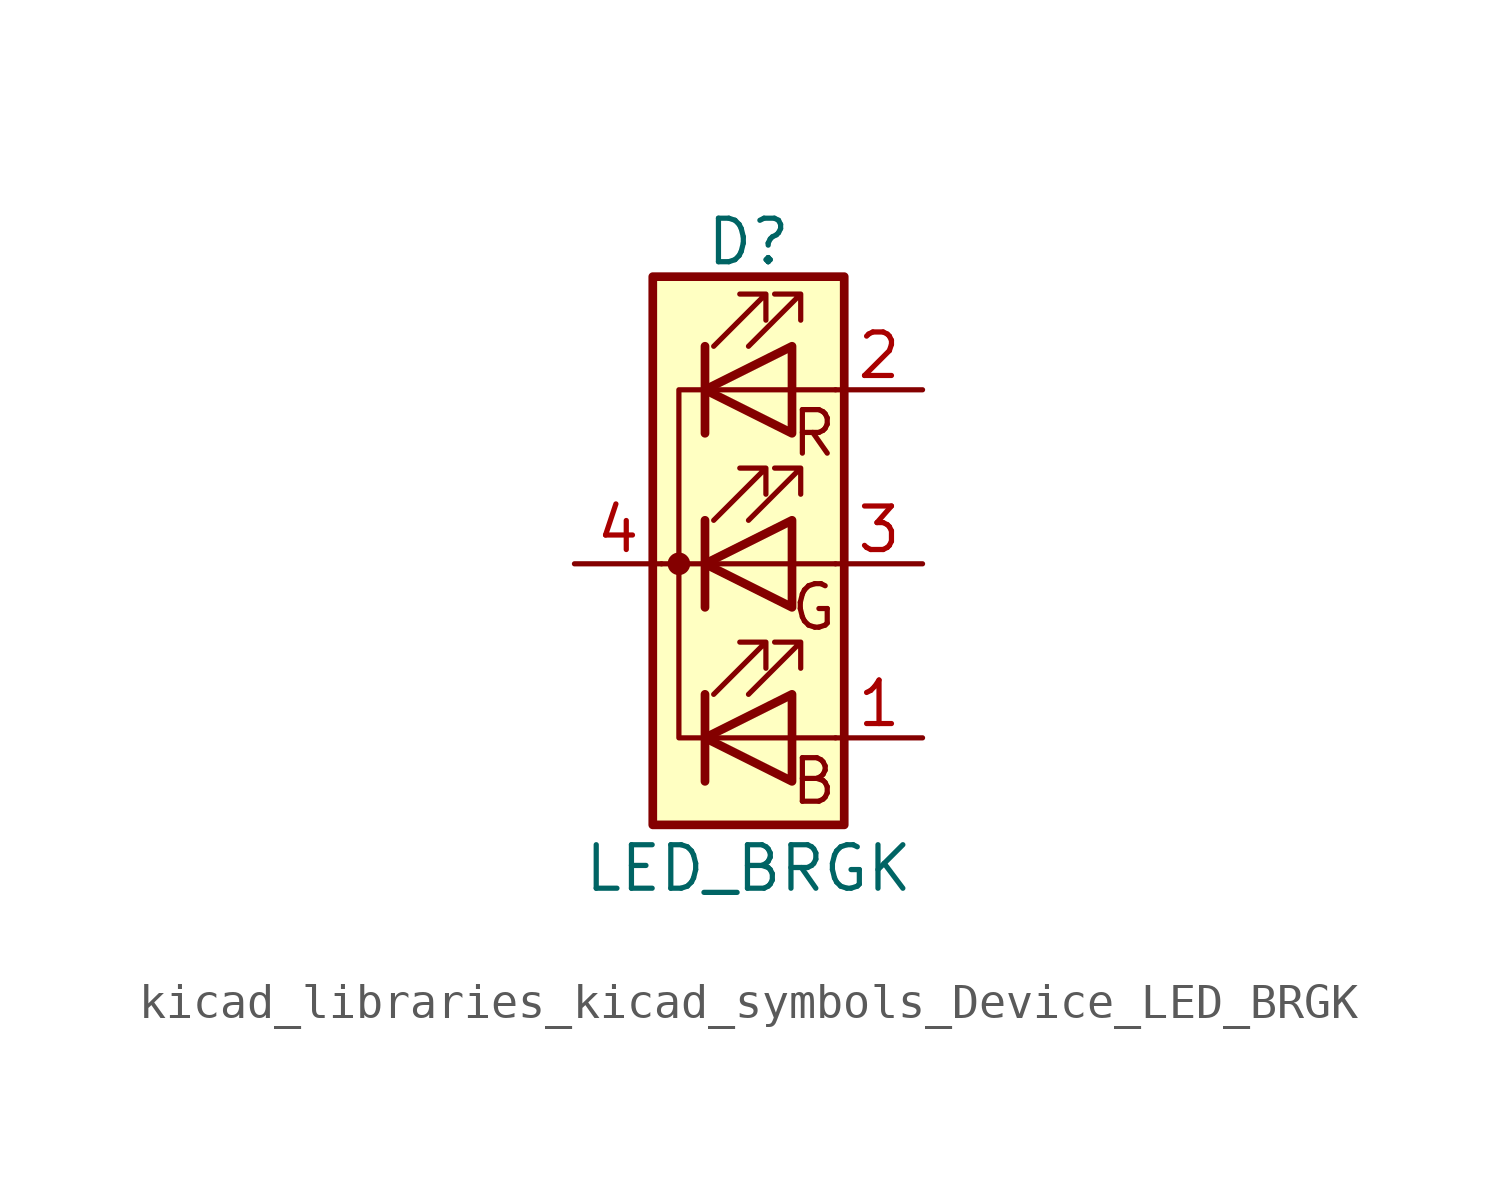
<source format=kicad_sym>
(kicad_symbol_lib
  (version 20220914)
  (generator kicad_symbol_editor)
  (symbol "kicad_libraries_kicad_symbols_Device_LED_BRGK"
    (pin_names
      (offset 0) hide)
    (property "Reference" "D"
      (at 0 9.398 0)
      (effects (font (size 1.27 1.27))))
    (property "Value" "LED_BRGK"
      (at 0 -8.89 0)
      (effects (font (size 1.27 1.27))))
    (symbol "kicad_libraries_kicad_symbols_Device_LED_BRGK_0_0"
      (text "B" (at 1.905 -6.35 0) (effects (font (size 1.27 1.27))))
      (text "G" (at 1.905 -1.27 0) (effects (font (size 1.27 1.27))))
      (text "R" (at 1.905 3.81 0) (effects (font (size 1.27 1.27)))))
    (symbol "kicad_libraries_kicad_symbols_Device_LED_BRGK_0_1"
      (circle (center -2.032 0) (radius 0.254) (stroke (width 0) (type default)) (fill (type outline)))
      (polyline (pts (xy -1.27 -5.08) (xy 1.27 -5.08)) (stroke (width 0) (type default)) (fill (type none)))
      (polyline (pts (xy -1.27 -3.81) (xy -1.27 -6.35)) (stroke (width 0.254) (type default)) (fill (type none)))
      (polyline (pts (xy -1.27 0) (xy -2.54 0)) (stroke (width 0) (type default)) (fill (type none)))
      (polyline (pts (xy -1.27 1.27) (xy -1.27 -1.27)) (stroke (width 0.254) (type default)) (fill (type none)))
      (polyline (pts (xy -1.27 5.08) (xy 1.27 5.08)) (stroke (width 0) (type default)) (fill (type none)))
      (polyline (pts (xy -1.27 6.35) (xy -1.27 3.81)) (stroke (width 0.254) (type default)) (fill (type none)))
      (polyline (pts (xy 1.27 -5.08) (xy 2.54 -5.08)) (stroke (width 0) (type default)) (fill (type none)))
      (polyline (pts (xy 1.27 0) (xy -1.27 0)) (stroke (width 0) (type default)) (fill (type none)))
      (polyline (pts (xy 1.27 0) (xy 2.54 0)) (stroke (width 0) (type default)) (fill (type none)))
      (polyline (pts (xy 1.27 5.08) (xy 2.54 5.08)) (stroke (width 0) (type default)) (fill (type none)))
      (polyline (pts (xy -1.27 1.27) (xy -1.27 -1.27) (xy -1.27 -1.27)) (stroke (width 0) (type default)) (fill (type none)))
      (polyline (pts (xy -1.27 6.35) (xy -1.27 3.81) (xy -1.27 3.81)) (stroke (width 0) (type default)) (fill (type none)))
      (polyline (pts (xy -1.27 5.08) (xy -2.032 5.08) (xy -2.032 -5.08) (xy -1.016 -5.08)) (stroke (width 0) (type default)) (fill (type none)))
      (polyline (pts (xy 1.27 -3.81) (xy 1.27 -6.35) (xy -1.27 -5.08) (xy 1.27 -3.81)) (stroke (width 0.254) (type default)) (fill (type none)))
      (polyline (pts (xy 1.27 1.27) (xy 1.27 -1.27) (xy -1.27 0) (xy 1.27 1.27)) (stroke (width 0.254) (type default)) (fill (type none)))
      (polyline (pts (xy 1.27 6.35) (xy 1.27 3.81) (xy -1.27 5.08) (xy 1.27 6.35)) (stroke (width 0.254) (type default)) (fill (type none)))
      (polyline (pts (xy -1.016 -3.81) (xy 0.508 -2.286) (xy -0.254 -2.286) (xy 0.508 -2.286) (xy 0.508 -3.048)) (stroke (width 0) (type default)) (fill (type none)))
      (polyline (pts (xy -1.016 1.27) (xy 0.508 2.794) (xy -0.254 2.794) (xy 0.508 2.794) (xy 0.508 2.032)) (stroke (width 0) (type default)) (fill (type none)))
      (polyline (pts (xy -1.016 6.35) (xy 0.508 7.874) (xy -0.254 7.874) (xy 0.508 7.874) (xy 0.508 7.112)) (stroke (width 0) (type default)) (fill (type none)))
      (polyline (pts (xy 0 -3.81) (xy 1.524 -2.286) (xy 0.762 -2.286) (xy 1.524 -2.286) (xy 1.524 -3.048)) (stroke (width 0) (type default)) (fill (type none)))
      (polyline (pts (xy 0 1.27) (xy 1.524 2.794) (xy 0.762 2.794) (xy 1.524 2.794) (xy 1.524 2.032)) (stroke (width 0) (type default)) (fill (type none)))
      (polyline (pts (xy 0 6.35) (xy 1.524 7.874) (xy 0.762 7.874) (xy 1.524 7.874) (xy 1.524 7.112)) (stroke (width 0) (type default)) (fill (type none)))
      (rectangle (start 1.27 -1.27) (end 1.27 1.27) (stroke (width 0) (type default)) (fill (type none)))
      (rectangle (start 1.27 1.27) (end 1.27 1.27) (stroke (width 0) (type default)) (fill (type none)))
      (rectangle (start 1.27 3.81) (end 1.27 6.35) (stroke (width 0) (type default)) (fill (type none)))
      (rectangle (start 1.27 6.35) (end 1.27 6.35) (stroke (width 0) (type default)) (fill (type none)))
      (rectangle (start 2.794 8.382) (end -2.794 -7.62) (stroke (width 0.254) (type default)) (fill (type background))))
    (symbol "kicad_libraries_kicad_symbols_Device_LED_BRGK_1_1"
      (pin passive line (at 5.08 -5.08 180) (length 2.54) (name "BA" (effects (font (size 1.27 1.27)))) (number "1" (effects (font (size 1.27 1.27)))))
      (pin passive line (at 5.08 5.08 180) (length 2.54) (name "RA" (effects (font (size 1.27 1.27)))) (number "2" (effects (font (size 1.27 1.27)))))
      (pin passive line (at 5.08 0 180) (length 2.54) (name "GA" (effects (font (size 1.27 1.27)))) (number "3" (effects (font (size 1.27 1.27)))))
      (pin passive line (at -5.08 0 0) (length 2.54) (name "K" (effects (font (size 1.27 1.27)))) (number "4" (effects (font (size 1.27 1.27))))))))
</source>
